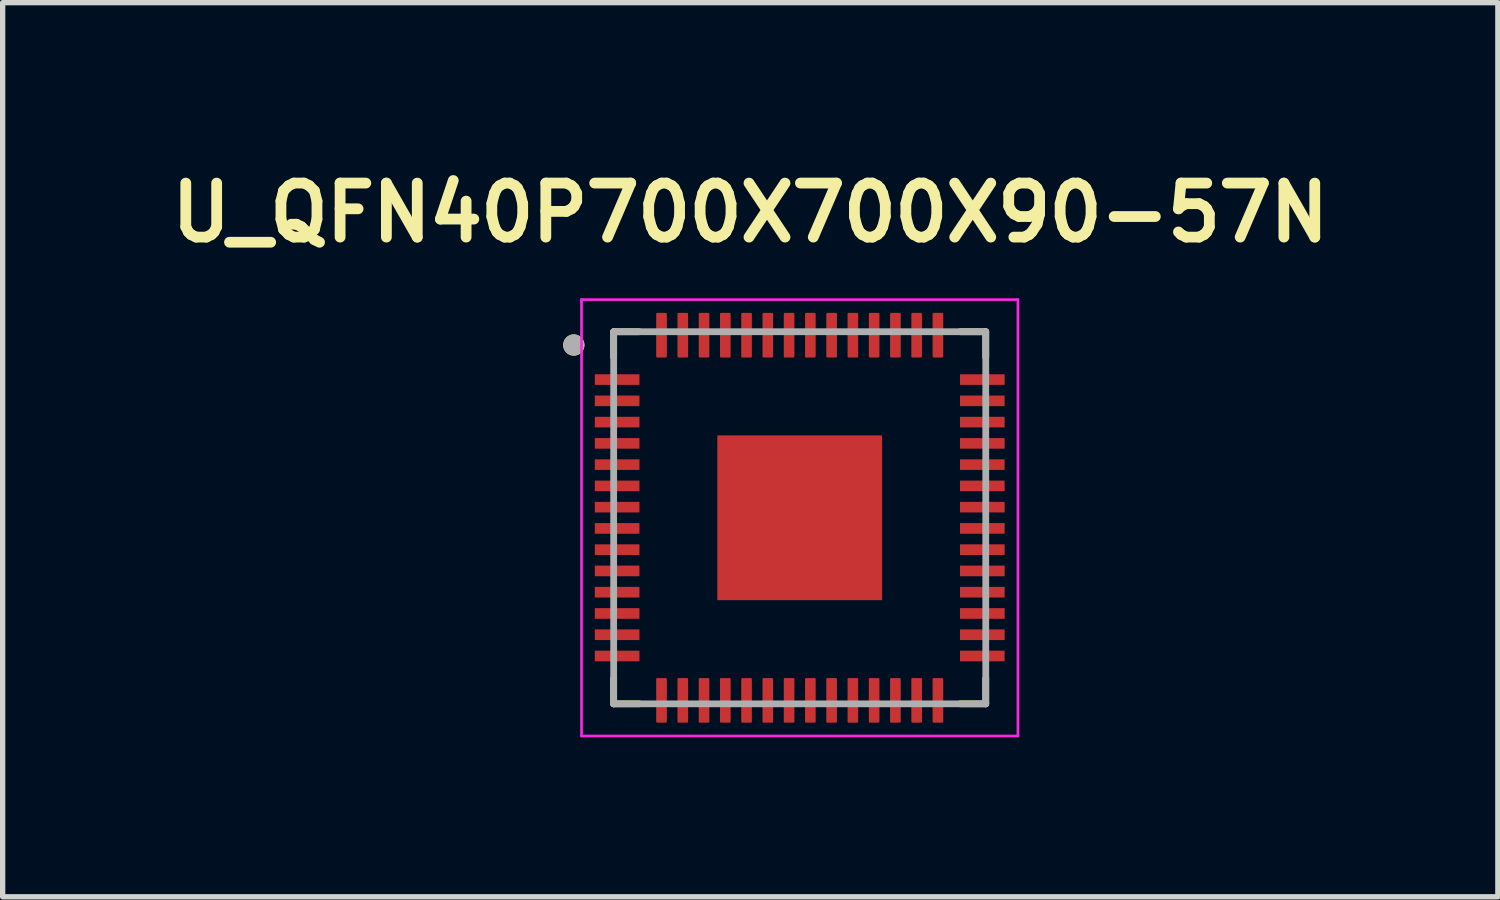
<source format=kicad_pcb>
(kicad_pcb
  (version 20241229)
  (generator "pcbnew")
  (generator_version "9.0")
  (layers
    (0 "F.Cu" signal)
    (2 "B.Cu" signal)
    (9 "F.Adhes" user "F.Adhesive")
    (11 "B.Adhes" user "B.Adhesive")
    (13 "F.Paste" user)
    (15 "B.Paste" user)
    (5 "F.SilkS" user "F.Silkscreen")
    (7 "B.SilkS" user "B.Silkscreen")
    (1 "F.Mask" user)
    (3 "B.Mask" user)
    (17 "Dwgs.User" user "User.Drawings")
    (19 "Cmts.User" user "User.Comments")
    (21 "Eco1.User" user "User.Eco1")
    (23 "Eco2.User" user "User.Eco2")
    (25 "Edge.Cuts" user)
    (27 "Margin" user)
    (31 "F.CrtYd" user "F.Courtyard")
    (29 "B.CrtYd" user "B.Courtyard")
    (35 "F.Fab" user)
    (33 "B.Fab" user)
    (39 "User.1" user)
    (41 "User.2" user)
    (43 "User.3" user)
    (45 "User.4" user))
  (footprint "U_QFN40P700X700X90-57N"
    (layer "F.Cu")
    (at 11.995 6.691)
    (property "Reference" "U_QFN40P700X700X90-57N" (at -0.93 -5.74 0) (layer "F.SilkS") (effects (font (size 1.016 1.016) (thickness 0.203) (bold yes))))
    (attr smd)
    (fp_line (start -3.5 -3.5) (end -3.5 -3.02) (stroke (width 0.127) (type solid)) (layer "F.SilkS"))
    (fp_line (start -3.5 -3.5) (end -3.02 -3.5) (stroke (width 0.127) (type solid)) (layer "F.SilkS"))
    (fp_line (start -3.5 3.5) (end -3.5 3.02) (stroke (width 0.127) (type solid)) (layer "F.SilkS"))
    (fp_line (start -3.5 3.5) (end -3.02 3.5) (stroke (width 0.127) (type solid)) (layer "F.SilkS"))
    (fp_line (start 3.5 -3.5) (end 3.02 -3.5) (stroke (width 0.127) (type solid)) (layer "F.SilkS"))
    (fp_line (start 3.5 -3.5) (end 3.5 -3.02) (stroke (width 0.127) (type solid)) (layer "F.SilkS"))
    (fp_line (start 3.5 3.5) (end 3.02 3.5) (stroke (width 0.127) (type solid)) (layer "F.SilkS"))
    (fp_line (start 3.5 3.5) (end 3.5 3.02) (stroke (width 0.127) (type solid)) (layer "F.SilkS"))
    (fp_circle (center -4.25 -3.25) (end -4.15 -3.25) (stroke (width 0.2) (type solid)) (fill no) (layer "F.SilkS"))
    (fp_poly (pts (xy -0.98 -0.98) (xy 0.98 -0.98) (xy 0.98 0.98) (xy -0.98 0.98)) (stroke (width 0.01) (type solid)) (fill yes) (layer "F.Paste"))
    (fp_line (start -4.105 -4.105) (end 4.105 -4.105) (stroke (width 0.05) (type solid)) (layer "F.CrtYd"))
    (fp_line (start -4.105 4.105) (end -4.105 -4.105) (stroke (width 0.05) (type solid)) (layer "F.CrtYd"))
    (fp_line (start -4.105 4.105) (end 4.105 4.105) (stroke (width 0.05) (type solid)) (layer "F.CrtYd"))
    (fp_line (start 4.105 4.105) (end 4.105 -4.105) (stroke (width 0.05) (type solid)) (layer "F.CrtYd"))
    (fp_line (start -3.5 3.5) (end -3.5 -3.5) (stroke (width 0.127) (type solid)) (layer "F.Fab"))
    (fp_line (start 3.5 -3.5) (end -3.5 -3.5) (stroke (width 0.127) (type solid)) (layer "F.Fab"))
    (fp_line (start 3.5 3.5) (end -3.5 3.5) (stroke (width 0.127) (type solid)) (layer "F.Fab"))
    (fp_line (start 3.5 3.5) (end 3.5 -3.5) (stroke (width 0.127) (type solid)) (layer "F.Fab"))
    (fp_circle (center -4.25 -3.25) (end -4.15 -3.25) (stroke (width 0.2) (type solid)) (fill no) (layer "F.Fab"))
    (pad "1" smd roundrect (at -3.435 -2.6) (size 0.84 0.2) (layers "F.Cu" "F.Mask" "F.Paste") (roundrect_rratio 0.03))
    (pad "2" smd roundrect (at -3.435 -2.2) (size 0.84 0.2) (layers "F.Cu" "F.Mask" "F.Paste") (roundrect_rratio 0.03))
    (pad "3" smd roundrect (at -3.435 -1.8) (size 0.84 0.2) (layers "F.Cu" "F.Mask" "F.Paste") (roundrect_rratio 0.03))
    (pad "4" smd roundrect (at -3.435 -1.4) (size 0.84 0.2) (layers "F.Cu" "F.Mask" "F.Paste") (roundrect_rratio 0.03))
    (pad "5" smd roundrect (at -3.435 -1) (size 0.84 0.2) (layers "F.Cu" "F.Mask" "F.Paste") (roundrect_rratio 0.03))
    (pad "6" smd roundrect (at -3.435 -0.6) (size 0.84 0.2) (layers "F.Cu" "F.Mask" "F.Paste") (roundrect_rratio 0.03))
    (pad "7" smd roundrect (at -3.435 -0.2) (size 0.84 0.2) (layers "F.Cu" "F.Mask" "F.Paste") (roundrect_rratio 0.03))
    (pad "8" smd roundrect (at -3.435 0.2) (size 0.84 0.2) (layers "F.Cu" "F.Mask" "F.Paste") (roundrect_rratio 0.03))
    (pad "9" smd roundrect (at -3.435 0.6) (size 0.84 0.2) (layers "F.Cu" "F.Mask" "F.Paste") (roundrect_rratio 0.03))
    (pad "10" smd roundrect (at -3.435 1) (size 0.84 0.2) (layers "F.Cu" "F.Mask" "F.Paste") (roundrect_rratio 0.03))
    (pad "11" smd roundrect (at -3.435 1.4) (size 0.84 0.2) (layers "F.Cu" "F.Mask" "F.Paste") (roundrect_rratio 0.03))
    (pad "12" smd roundrect (at -3.435 1.8) (size 0.84 0.2) (layers "F.Cu" "F.Mask" "F.Paste") (roundrect_rratio 0.03))
    (pad "13" smd roundrect (at -3.435 2.2) (size 0.84 0.2) (layers "F.Cu" "F.Mask" "F.Paste") (roundrect_rratio 0.03))
    (pad "14" smd roundrect (at -3.435 2.6) (size 0.84 0.2) (layers "F.Cu" "F.Mask" "F.Paste") (roundrect_rratio 0.03))
    (pad "15" smd roundrect (at -2.6 3.435) (size 0.2 0.84) (layers "F.Cu" "F.Mask" "F.Paste") (roundrect_rratio 0.1))
    (pad "16" smd roundrect (at -2.2 3.435) (size 0.2 0.84) (layers "F.Cu" "F.Mask" "F.Paste") (roundrect_rratio 0.1))
    (pad "17" smd roundrect (at -1.8 3.435) (size 0.2 0.84) (layers "F.Cu" "F.Mask" "F.Paste") (roundrect_rratio 0.1))
    (pad "18" smd roundrect (at -1.4 3.435) (size 0.2 0.84) (layers "F.Cu" "F.Mask" "F.Paste") (roundrect_rratio 0.1))
    (pad "19" smd roundrect (at -1 3.435) (size 0.2 0.84) (layers "F.Cu" "F.Mask" "F.Paste") (roundrect_rratio 0.1))
    (pad "20" smd roundrect (at -0.6 3.435) (size 0.2 0.84) (layers "F.Cu" "F.Mask" "F.Paste") (roundrect_rratio 0.1))
    (pad "21" smd roundrect (at -0.2 3.435) (size 0.2 0.84) (layers "F.Cu" "F.Mask" "F.Paste") (roundrect_rratio 0.1))
    (pad "22" smd roundrect (at 0.2 3.435) (size 0.2 0.84) (layers "F.Cu" "F.Mask" "F.Paste") (roundrect_rratio 0.1))
    (pad "23" smd roundrect (at 0.6 3.435) (size 0.2 0.84) (layers "F.Cu" "F.Mask" "F.Paste") (roundrect_rratio 0.1))
    (pad "24" smd roundrect (at 1 3.435) (size 0.2 0.84) (layers "F.Cu" "F.Mask" "F.Paste") (roundrect_rratio 0.1))
    (pad "25" smd roundrect (at 1.4 3.435) (size 0.2 0.84) (layers "F.Cu" "F.Mask" "F.Paste") (roundrect_rratio 0.1))
    (pad "26" smd roundrect (at 1.8 3.435) (size 0.2 0.84) (layers "F.Cu" "F.Mask" "F.Paste") (roundrect_rratio 0.1))
    (pad "27" smd roundrect (at 2.2 3.435) (size 0.2 0.84) (layers "F.Cu" "F.Mask" "F.Paste") (roundrect_rratio 0.1))
    (pad "28" smd roundrect (at 2.6 3.435) (size 0.2 0.84) (layers "F.Cu" "F.Mask" "F.Paste") (roundrect_rratio 0.1))
    (pad "29" smd roundrect (at 3.435 2.6) (size 0.84 0.2) (layers "F.Cu" "F.Mask" "F.Paste") (roundrect_rratio 0.03))
    (pad "30" smd roundrect (at 3.435 2.2) (size 0.84 0.2) (layers "F.Cu" "F.Mask" "F.Paste") (roundrect_rratio 0.03))
    (pad "31" smd roundrect (at 3.435 1.8) (size 0.84 0.2) (layers "F.Cu" "F.Mask" "F.Paste") (roundrect_rratio 0.03))
    (pad "32" smd roundrect (at 3.435 1.4) (size 0.84 0.2) (layers "F.Cu" "F.Mask" "F.Paste") (roundrect_rratio 0.03))
    (pad "33" smd roundrect (at 3.435 1) (size 0.84 0.2) (layers "F.Cu" "F.Mask" "F.Paste") (roundrect_rratio 0.03))
    (pad "34" smd roundrect (at 3.435 0.6) (size 0.84 0.2) (layers "F.Cu" "F.Mask" "F.Paste") (roundrect_rratio 0.03))
    (pad "35" smd roundrect (at 3.435 0.2) (size 0.84 0.2) (layers "F.Cu" "F.Mask" "F.Paste") (roundrect_rratio 0.03))
    (pad "36" smd roundrect (at 3.435 -0.2) (size 0.84 0.2) (layers "F.Cu" "F.Mask" "F.Paste") (roundrect_rratio 0.03))
    (pad "37" smd roundrect (at 3.435 -0.6) (size 0.84 0.2) (layers "F.Cu" "F.Mask" "F.Paste") (roundrect_rratio 0.03))
    (pad "38" smd roundrect (at 3.435 -1) (size 0.84 0.2) (layers "F.Cu" "F.Mask" "F.Paste") (roundrect_rratio 0.03))
    (pad "39" smd roundrect (at 3.435 -1.4) (size 0.84 0.2) (layers "F.Cu" "F.Mask" "F.Paste") (roundrect_rratio 0.03))
    (pad "40" smd roundrect (at 3.435 -1.8) (size 0.84 0.2) (layers "F.Cu" "F.Mask" "F.Paste") (roundrect_rratio 0.03))
    (pad "41" smd roundrect (at 3.435 -2.2) (size 0.84 0.2) (layers "F.Cu" "F.Mask" "F.Paste") (roundrect_rratio 0.03))
    (pad "42" smd roundrect (at 3.435 -2.6) (size 0.84 0.2) (layers "F.Cu" "F.Mask" "F.Paste") (roundrect_rratio 0.03))
    (pad "43" smd roundrect (at 2.6 -3.435) (size 0.2 0.84) (layers "F.Cu" "F.Mask" "F.Paste") (roundrect_rratio 0.1))
    (pad "44" smd roundrect (at 2.2 -3.435) (size 0.2 0.84) (layers "F.Cu" "F.Mask" "F.Paste") (roundrect_rratio 0.1))
    (pad "45" smd roundrect (at 1.8 -3.435) (size 0.2 0.84) (layers "F.Cu" "F.Mask" "F.Paste") (roundrect_rratio 0.1))
    (pad "46" smd roundrect (at 1.4 -3.435) (size 0.2 0.84) (layers "F.Cu" "F.Mask" "F.Paste") (roundrect_rratio 0.1))
    (pad "47" smd roundrect (at 1 -3.435) (size 0.2 0.84) (layers "F.Cu" "F.Mask" "F.Paste") (roundrect_rratio 0.1))
    (pad "48" smd roundrect (at 0.6 -3.435) (size 0.2 0.84) (layers "F.Cu" "F.Mask" "F.Paste") (roundrect_rratio 0.1))
    (pad "49" smd roundrect (at 0.2 -3.435) (size 0.2 0.84) (layers "F.Cu" "F.Mask" "F.Paste") (roundrect_rratio 0.1))
    (pad "50" smd roundrect (at -0.2 -3.435) (size 0.2 0.84) (layers "F.Cu" "F.Mask" "F.Paste") (roundrect_rratio 0.1))
    (pad "51" smd roundrect (at -0.6 -3.435) (size 0.2 0.84) (layers "F.Cu" "F.Mask" "F.Paste") (roundrect_rratio 0.1))
    (pad "52" smd roundrect (at -1 -3.435) (size 0.2 0.84) (layers "F.Cu" "F.Mask" "F.Paste") (roundrect_rratio 0.1))
    (pad "53" smd roundrect (at -1.4 -3.435) (size 0.2 0.84) (layers "F.Cu" "F.Mask" "F.Paste") (roundrect_rratio 0.1))
    (pad "54" smd roundrect (at -1.8 -3.435) (size 0.2 0.84) (layers "F.Cu" "F.Mask" "F.Paste") (roundrect_rratio 0.1))
    (pad "55" smd roundrect (at -2.2 -3.435) (size 0.2 0.84) (layers "F.Cu" "F.Mask" "F.Paste") (roundrect_rratio 0.1))
    (pad "56" smd roundrect (at -2.6 -3.435) (size 0.2 0.84) (layers "F.Cu" "F.Mask" "F.Paste") (roundrect_rratio 0.1))
    (pad "57" smd rect (at 0 0) (size 3.1 3.1) (layers "F.Cu" "F.Mask")))
  (gr_rect
    (start -3 -3)
    (end 25.129 13.821)
    (stroke (width 0.1) (type default))
    (fill no)
    (layer "Edge.Cuts")))
</source>
